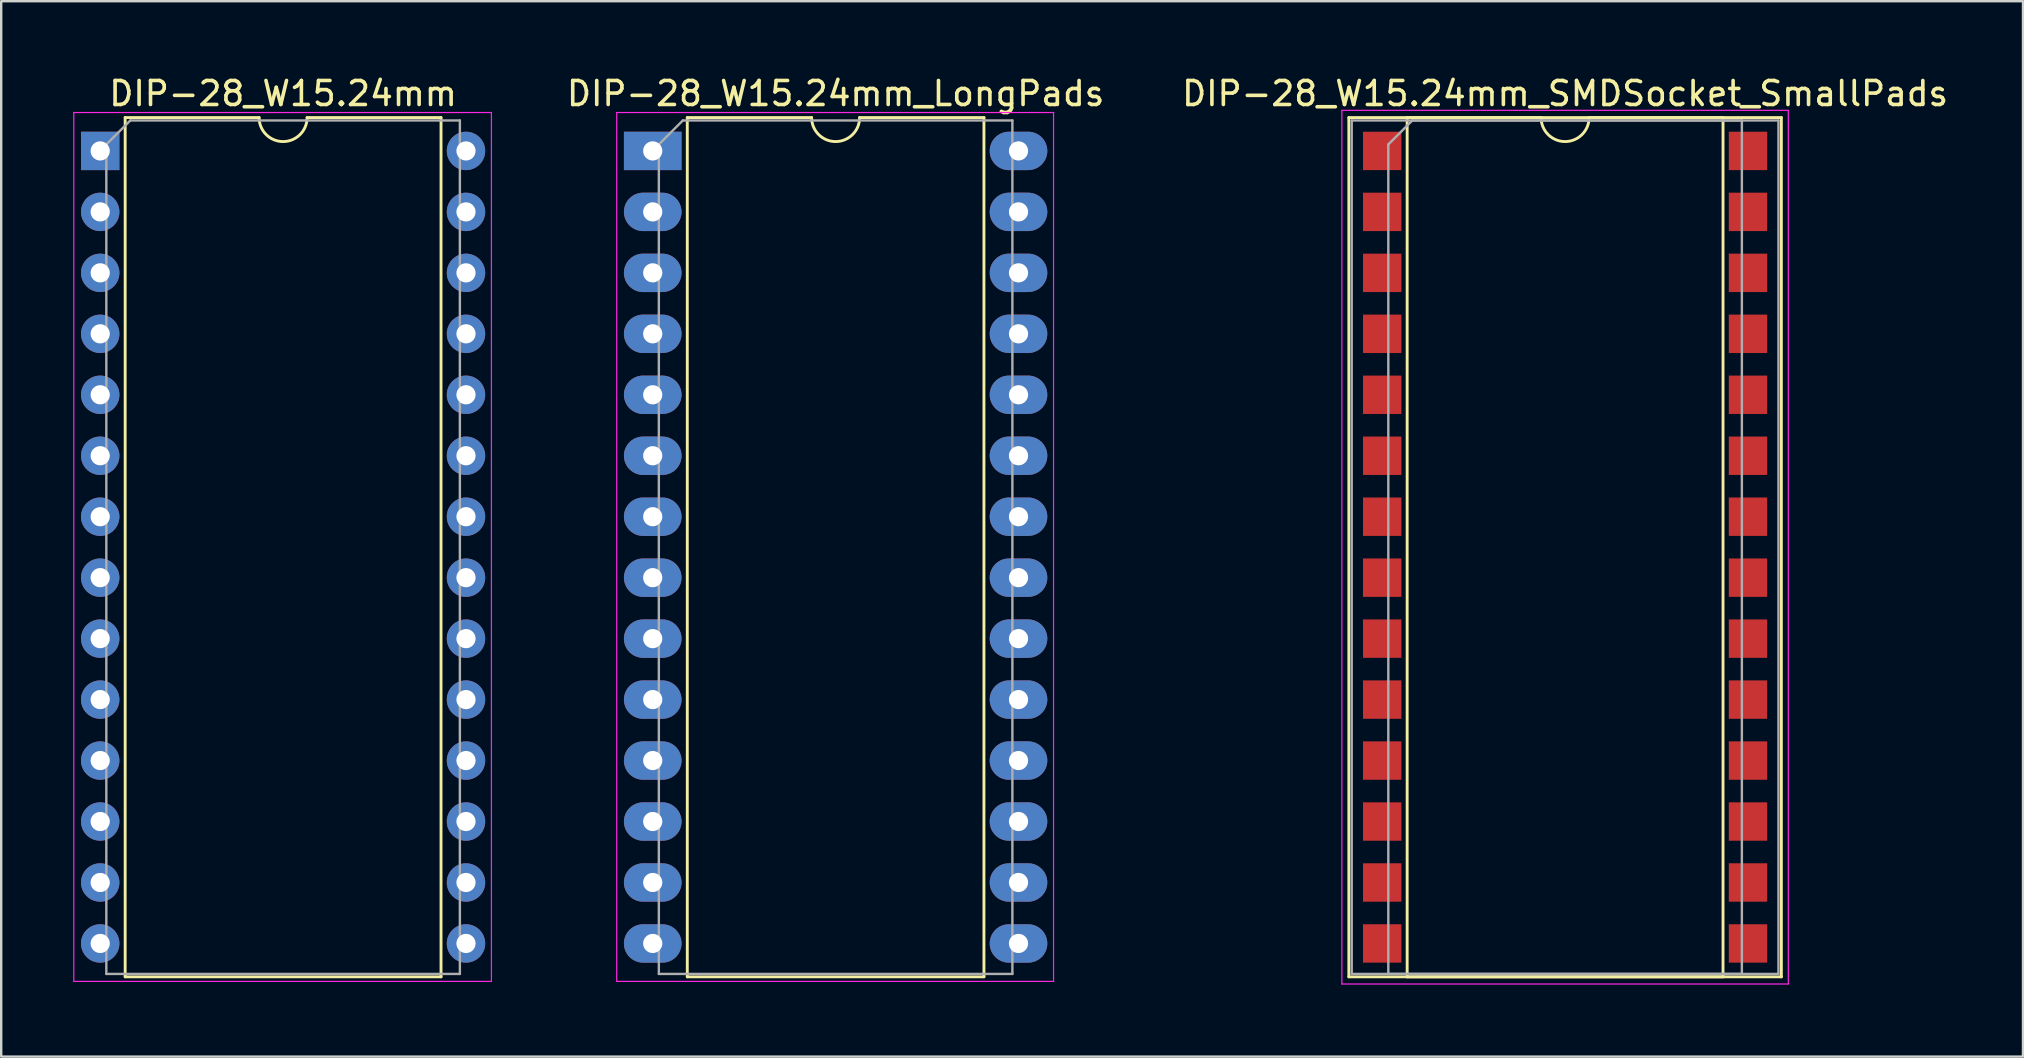
<source format=kicad_pcb>
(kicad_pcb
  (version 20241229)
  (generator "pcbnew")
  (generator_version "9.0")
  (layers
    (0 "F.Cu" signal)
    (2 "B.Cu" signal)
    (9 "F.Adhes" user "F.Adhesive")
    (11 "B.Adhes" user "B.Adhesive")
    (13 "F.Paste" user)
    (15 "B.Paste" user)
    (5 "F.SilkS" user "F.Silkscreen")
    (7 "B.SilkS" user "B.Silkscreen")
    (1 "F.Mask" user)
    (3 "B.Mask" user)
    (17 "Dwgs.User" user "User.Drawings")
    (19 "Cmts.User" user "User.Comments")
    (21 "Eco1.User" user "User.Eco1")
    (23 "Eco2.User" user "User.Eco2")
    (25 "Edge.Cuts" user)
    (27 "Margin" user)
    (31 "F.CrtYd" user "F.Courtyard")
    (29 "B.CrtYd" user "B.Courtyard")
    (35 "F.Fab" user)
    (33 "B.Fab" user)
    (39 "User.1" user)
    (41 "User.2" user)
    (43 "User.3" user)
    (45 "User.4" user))
  (footprint "DIP-28_W15.24mm_LongPads"
    (layer "F.Cu")
    (at 24.145 3.238)
    (property "Reference" "DIP-28_W15.24mm_LongPads" (at 7.62 -2.39 0) (layer "F.SilkS") (effects (font (size 1 1) (thickness 0.15))))
    (attr through_hole)
    (fp_line (start 1.44 -1.39) (end 1.44 34.41) (stroke (width 0.12) (type solid)) (layer "F.SilkS"))
    (fp_line (start 1.44 34.41) (end 13.8 34.41) (stroke (width 0.12) (type solid)) (layer "F.SilkS"))
    (fp_line (start 6.62 -1.39) (end 1.44 -1.39) (stroke (width 0.12) (type solid)) (layer "F.SilkS"))
    (fp_line (start 13.8 -1.39) (end 8.62 -1.39) (stroke (width 0.12) (type solid)) (layer "F.SilkS"))
    (fp_line (start 13.8 34.41) (end 13.8 -1.39) (stroke (width 0.12) (type solid)) (layer "F.SilkS"))
    (fp_arc (start 8.62 -1.39) (mid 7.62 -0.39) (end 6.62 -1.39) (stroke (width 0.12) (type solid)) (layer "F.SilkS"))
    (fp_line (start -1.5 -1.6) (end -1.5 34.6) (stroke (width 0.05) (type solid)) (layer "F.CrtYd"))
    (fp_line (start -1.5 34.6) (end 16.7 34.6) (stroke (width 0.05) (type solid)) (layer "F.CrtYd"))
    (fp_line (start 16.7 -1.6) (end -1.5 -1.6) (stroke (width 0.05) (type solid)) (layer "F.CrtYd"))
    (fp_line (start 16.7 34.6) (end 16.7 -1.6) (stroke (width 0.05) (type solid)) (layer "F.CrtYd"))
    (fp_line (start 0.255 -0.27) (end 1.255 -1.27) (stroke (width 0.1) (type solid)) (layer "F.Fab"))
    (fp_line (start 0.255 34.29) (end 0.255 -0.27) (stroke (width 0.1) (type solid)) (layer "F.Fab"))
    (fp_line (start 1.255 -1.27) (end 14.985 -1.27) (stroke (width 0.1) (type solid)) (layer "F.Fab"))
    (fp_line (start 14.985 -1.27) (end 14.985 34.29) (stroke (width 0.1) (type solid)) (layer "F.Fab"))
    (fp_line (start 14.985 34.29) (end 0.255 34.29) (stroke (width 0.1) (type solid)) (layer "F.Fab"))
    (pad "1" thru_hole rect (at 0 0) (size 2.4 1.6) (drill 0.8) (layers "*.Cu" "*.Mask"))
    (pad "2" thru_hole oval (at 0 2.54) (size 2.4 1.6) (drill 0.8) (layers "*.Cu" "*.Mask"))
    (pad "3" thru_hole oval (at 0 5.08) (size 2.4 1.6) (drill 0.8) (layers "*.Cu" "*.Mask"))
    (pad "4" thru_hole oval (at 0 7.62) (size 2.4 1.6) (drill 0.8) (layers "*.Cu" "*.Mask"))
    (pad "5" thru_hole oval (at 0 10.16) (size 2.4 1.6) (drill 0.8) (layers "*.Cu" "*.Mask"))
    (pad "6" thru_hole oval (at 0 12.7) (size 2.4 1.6) (drill 0.8) (layers "*.Cu" "*.Mask"))
    (pad "7" thru_hole oval (at 0 15.24) (size 2.4 1.6) (drill 0.8) (layers "*.Cu" "*.Mask"))
    (pad "8" thru_hole oval (at 0 17.78) (size 2.4 1.6) (drill 0.8) (layers "*.Cu" "*.Mask"))
    (pad "9" thru_hole oval (at 0 20.32) (size 2.4 1.6) (drill 0.8) (layers "*.Cu" "*.Mask"))
    (pad "10" thru_hole oval (at 0 22.86) (size 2.4 1.6) (drill 0.8) (layers "*.Cu" "*.Mask"))
    (pad "11" thru_hole oval (at 0 25.4) (size 2.4 1.6) (drill 0.8) (layers "*.Cu" "*.Mask"))
    (pad "12" thru_hole oval (at 0 27.94) (size 2.4 1.6) (drill 0.8) (layers "*.Cu" "*.Mask"))
    (pad "13" thru_hole oval (at 0 30.48) (size 2.4 1.6) (drill 0.8) (layers "*.Cu" "*.Mask"))
    (pad "14" thru_hole oval (at 0 33.02) (size 2.4 1.6) (drill 0.8) (layers "*.Cu" "*.Mask"))
    (pad "15" thru_hole oval (at 15.24 33.02) (size 2.4 1.6) (drill 0.8) (layers "*.Cu" "*.Mask"))
    (pad "16" thru_hole oval (at 15.24 30.48) (size 2.4 1.6) (drill 0.8) (layers "*.Cu" "*.Mask"))
    (pad "17" thru_hole oval (at 15.24 27.94) (size 2.4 1.6) (drill 0.8) (layers "*.Cu" "*.Mask"))
    (pad "18" thru_hole oval (at 15.24 25.4) (size 2.4 1.6) (drill 0.8) (layers "*.Cu" "*.Mask"))
    (pad "19" thru_hole oval (at 15.24 22.86) (size 2.4 1.6) (drill 0.8) (layers "*.Cu" "*.Mask"))
    (pad "20" thru_hole oval (at 15.24 20.32) (size 2.4 1.6) (drill 0.8) (layers "*.Cu" "*.Mask"))
    (pad "21" thru_hole oval (at 15.24 17.78) (size 2.4 1.6) (drill 0.8) (layers "*.Cu" "*.Mask"))
    (pad "22" thru_hole oval (at 15.24 15.24) (size 2.4 1.6) (drill 0.8) (layers "*.Cu" "*.Mask"))
    (pad "23" thru_hole oval (at 15.24 12.7) (size 2.4 1.6) (drill 0.8) (layers "*.Cu" "*.Mask"))
    (pad "24" thru_hole oval (at 15.24 10.16) (size 2.4 1.6) (drill 0.8) (layers "*.Cu" "*.Mask"))
    (pad "25" thru_hole oval (at 15.24 7.62) (size 2.4 1.6) (drill 0.8) (layers "*.Cu" "*.Mask"))
    (pad "26" thru_hole oval (at 15.24 5.08) (size 2.4 1.6) (drill 0.8) (layers "*.Cu" "*.Mask"))
    (pad "27" thru_hole oval (at 15.24 2.54) (size 2.4 1.6) (drill 0.8) (layers "*.Cu" "*.Mask"))
    (pad "28" thru_hole oval (at 15.24 0) (size 2.4 1.6) (drill 0.8) (layers "*.Cu" "*.Mask")))
  (footprint "DIP-28_W15.24mm"
    (layer "F.Cu")
    (at 1.125 3.238)
    (property "Reference" "DIP-28_W15.24mm" (at 7.62 -2.39 0) (layer "F.SilkS") (effects (font (size 1 1) (thickness 0.15))))
    (attr through_hole)
    (fp_line (start 1.04 -1.39) (end 1.04 34.41) (stroke (width 0.12) (type solid)) (layer "F.SilkS"))
    (fp_line (start 1.04 34.41) (end 14.2 34.41) (stroke (width 0.12) (type solid)) (layer "F.SilkS"))
    (fp_line (start 6.62 -1.39) (end 1.04 -1.39) (stroke (width 0.12) (type solid)) (layer "F.SilkS"))
    (fp_line (start 14.2 -1.39) (end 8.62 -1.39) (stroke (width 0.12) (type solid)) (layer "F.SilkS"))
    (fp_line (start 14.2 34.41) (end 14.2 -1.39) (stroke (width 0.12) (type solid)) (layer "F.SilkS"))
    (fp_arc (start 8.62 -1.39) (mid 7.62 -0.39) (end 6.62 -1.39) (stroke (width 0.12) (type solid)) (layer "F.SilkS"))
    (fp_line (start -1.1 -1.6) (end -1.1 34.6) (stroke (width 0.05) (type solid)) (layer "F.CrtYd"))
    (fp_line (start -1.1 34.6) (end 16.3 34.6) (stroke (width 0.05) (type solid)) (layer "F.CrtYd"))
    (fp_line (start 16.3 -1.6) (end -1.1 -1.6) (stroke (width 0.05) (type solid)) (layer "F.CrtYd"))
    (fp_line (start 16.3 34.6) (end 16.3 -1.6) (stroke (width 0.05) (type solid)) (layer "F.CrtYd"))
    (fp_line (start 0.255 -0.27) (end 1.255 -1.27) (stroke (width 0.1) (type solid)) (layer "F.Fab"))
    (fp_line (start 0.255 34.29) (end 0.255 -0.27) (stroke (width 0.1) (type solid)) (layer "F.Fab"))
    (fp_line (start 1.255 -1.27) (end 14.985 -1.27) (stroke (width 0.1) (type solid)) (layer "F.Fab"))
    (fp_line (start 14.985 -1.27) (end 14.985 34.29) (stroke (width 0.1) (type solid)) (layer "F.Fab"))
    (fp_line (start 14.985 34.29) (end 0.255 34.29) (stroke (width 0.1) (type solid)) (layer "F.Fab"))
    (pad "1" thru_hole rect (at 0 0) (size 1.6 1.6) (drill 0.8) (layers "*.Cu" "*.Mask"))
    (pad "2" thru_hole oval (at 0 2.54) (size 1.6 1.6) (drill 0.8) (layers "*.Cu" "*.Mask"))
    (pad "3" thru_hole oval (at 0 5.08) (size 1.6 1.6) (drill 0.8) (layers "*.Cu" "*.Mask"))
    (pad "4" thru_hole oval (at 0 7.62) (size 1.6 1.6) (drill 0.8) (layers "*.Cu" "*.Mask"))
    (pad "5" thru_hole oval (at 0 10.16) (size 1.6 1.6) (drill 0.8) (layers "*.Cu" "*.Mask"))
    (pad "6" thru_hole oval (at 0 12.7) (size 1.6 1.6) (drill 0.8) (layers "*.Cu" "*.Mask"))
    (pad "7" thru_hole oval (at 0 15.24) (size 1.6 1.6) (drill 0.8) (layers "*.Cu" "*.Mask"))
    (pad "8" thru_hole oval (at 0 17.78) (size 1.6 1.6) (drill 0.8) (layers "*.Cu" "*.Mask"))
    (pad "9" thru_hole oval (at 0 20.32) (size 1.6 1.6) (drill 0.8) (layers "*.Cu" "*.Mask"))
    (pad "10" thru_hole oval (at 0 22.86) (size 1.6 1.6) (drill 0.8) (layers "*.Cu" "*.Mask"))
    (pad "11" thru_hole oval (at 0 25.4) (size 1.6 1.6) (drill 0.8) (layers "*.Cu" "*.Mask"))
    (pad "12" thru_hole oval (at 0 27.94) (size 1.6 1.6) (drill 0.8) (layers "*.Cu" "*.Mask"))
    (pad "13" thru_hole oval (at 0 30.48) (size 1.6 1.6) (drill 0.8) (layers "*.Cu" "*.Mask"))
    (pad "14" thru_hole oval (at 0 33.02) (size 1.6 1.6) (drill 0.8) (layers "*.Cu" "*.Mask"))
    (pad "15" thru_hole oval (at 15.24 33.02) (size 1.6 1.6) (drill 0.8) (layers "*.Cu" "*.Mask"))
    (pad "16" thru_hole oval (at 15.24 30.48) (size 1.6 1.6) (drill 0.8) (layers "*.Cu" "*.Mask"))
    (pad "17" thru_hole oval (at 15.24 27.94) (size 1.6 1.6) (drill 0.8) (layers "*.Cu" "*.Mask"))
    (pad "18" thru_hole oval (at 15.24 25.4) (size 1.6 1.6) (drill 0.8) (layers "*.Cu" "*.Mask"))
    (pad "19" thru_hole oval (at 15.24 22.86) (size 1.6 1.6) (drill 0.8) (layers "*.Cu" "*.Mask"))
    (pad "20" thru_hole oval (at 15.24 20.32) (size 1.6 1.6) (drill 0.8) (layers "*.Cu" "*.Mask"))
    (pad "21" thru_hole oval (at 15.24 17.78) (size 1.6 1.6) (drill 0.8) (layers "*.Cu" "*.Mask"))
    (pad "22" thru_hole oval (at 15.24 15.24) (size 1.6 1.6) (drill 0.8) (layers "*.Cu" "*.Mask"))
    (pad "23" thru_hole oval (at 15.24 12.7) (size 1.6 1.6) (drill 0.8) (layers "*.Cu" "*.Mask"))
    (pad "24" thru_hole oval (at 15.24 10.16) (size 1.6 1.6) (drill 0.8) (layers "*.Cu" "*.Mask"))
    (pad "25" thru_hole oval (at 15.24 7.62) (size 1.6 1.6) (drill 0.8) (layers "*.Cu" "*.Mask"))
    (pad "26" thru_hole oval (at 15.24 5.08) (size 1.6 1.6) (drill 0.8) (layers "*.Cu" "*.Mask"))
    (pad "27" thru_hole oval (at 15.24 2.54) (size 1.6 1.6) (drill 0.8) (layers "*.Cu" "*.Mask"))
    (pad "28" thru_hole oval (at 15.24 0) (size 1.6 1.6) (drill 0.8) (layers "*.Cu" "*.Mask")))
  (footprint "DIP-28_W15.24mm_SMDSocket_SmallPads"
    (layer "F.Cu")
    (at 62.158 19.748)
    (property "Reference" "DIP-28_W15.24mm_SMDSocket_SmallPads" (at 0 -18.9 0) (layer "F.SilkS") (effects (font (size 1 1) (thickness 0.15))))
    (attr smd)
    (fp_line (start -9.01 -17.9) (end -9.01 17.9) (stroke (width 0.12) (type solid)) (layer "F.SilkS"))
    (fp_line (start -9.01 17.9) (end 9.01 17.9) (stroke (width 0.12) (type solid)) (layer "F.SilkS"))
    (fp_line (start -6.58 -17.9) (end -6.58 17.9) (stroke (width 0.12) (type solid)) (layer "F.SilkS"))
    (fp_line (start -6.58 17.9) (end 6.58 17.9) (stroke (width 0.12) (type solid)) (layer "F.SilkS"))
    (fp_line (start -1 -17.9) (end -6.58 -17.9) (stroke (width 0.12) (type solid)) (layer "F.SilkS"))
    (fp_line (start 6.58 -17.9) (end 1 -17.9) (stroke (width 0.12) (type solid)) (layer "F.SilkS"))
    (fp_line (start 6.58 17.9) (end 6.58 -17.9) (stroke (width 0.12) (type solid)) (layer "F.SilkS"))
    (fp_line (start 9.01 -17.9) (end -9.01 -17.9) (stroke (width 0.12) (type solid)) (layer "F.SilkS"))
    (fp_line (start 9.01 17.9) (end 9.01 -17.9) (stroke (width 0.12) (type solid)) (layer "F.SilkS"))
    (fp_arc (start 1 -17.9) (mid 0 -16.9) (end -1 -17.9) (stroke (width 0.12) (type solid)) (layer "F.SilkS"))
    (fp_line (start -9.3 -18.2) (end -9.3 18.2) (stroke (width 0.05) (type solid)) (layer "F.CrtYd"))
    (fp_line (start -9.3 18.2) (end 9.3 18.2) (stroke (width 0.05) (type solid)) (layer "F.CrtYd"))
    (fp_line (start 9.3 -18.2) (end -9.3 -18.2) (stroke (width 0.05) (type solid)) (layer "F.CrtYd"))
    (fp_line (start 9.3 18.2) (end 9.3 -18.2) (stroke (width 0.05) (type solid)) (layer "F.CrtYd"))
    (fp_line (start -8.89 -17.78) (end -8.89 17.78) (stroke (width 0.1) (type solid)) (layer "F.Fab"))
    (fp_line (start -8.89 17.78) (end 8.89 17.78) (stroke (width 0.1) (type solid)) (layer "F.Fab"))
    (fp_line (start -7.365 -16.78) (end -6.365 -17.78) (stroke (width 0.1) (type solid)) (layer "F.Fab"))
    (fp_line (start -7.365 17.78) (end -7.365 -16.78) (stroke (width 0.1) (type solid)) (layer "F.Fab"))
    (fp_line (start -6.365 -17.78) (end 7.365 -17.78) (stroke (width 0.1) (type solid)) (layer "F.Fab"))
    (fp_line (start 7.365 -17.78) (end 7.365 17.78) (stroke (width 0.1) (type solid)) (layer "F.Fab"))
    (fp_line (start 7.365 17.78) (end -7.365 17.78) (stroke (width 0.1) (type solid)) (layer "F.Fab"))
    (fp_line (start 8.89 -17.78) (end -8.89 -17.78) (stroke (width 0.1) (type solid)) (layer "F.Fab"))
    (fp_line (start 8.89 17.78) (end 8.89 -17.78) (stroke (width 0.1) (type solid)) (layer "F.Fab"))
    (pad "1" smd rect (at -7.62 -16.51) (size 1.6 1.6) (layers "F.Cu" "F.Mask"))
    (pad "2" smd rect (at -7.62 -13.97) (size 1.6 1.6) (layers "F.Cu" "F.Mask"))
    (pad "3" smd rect (at -7.62 -11.43) (size 1.6 1.6) (layers "F.Cu" "F.Mask"))
    (pad "4" smd rect (at -7.62 -8.89) (size 1.6 1.6) (layers "F.Cu" "F.Mask"))
    (pad "5" smd rect (at -7.62 -6.35) (size 1.6 1.6) (layers "F.Cu" "F.Mask"))
    (pad "6" smd rect (at -7.62 -3.81) (size 1.6 1.6) (layers "F.Cu" "F.Mask"))
    (pad "7" smd rect (at -7.62 -1.27) (size 1.6 1.6) (layers "F.Cu" "F.Mask"))
    (pad "8" smd rect (at -7.62 1.27) (size 1.6 1.6) (layers "F.Cu" "F.Mask"))
    (pad "9" smd rect (at -7.62 3.81) (size 1.6 1.6) (layers "F.Cu" "F.Mask"))
    (pad "10" smd rect (at -7.62 6.35) (size 1.6 1.6) (layers "F.Cu" "F.Mask"))
    (pad "11" smd rect (at -7.62 8.89) (size 1.6 1.6) (layers "F.Cu" "F.Mask"))
    (pad "12" smd rect (at -7.62 11.43) (size 1.6 1.6) (layers "F.Cu" "F.Mask"))
    (pad "13" smd rect (at -7.62 13.97) (size 1.6 1.6) (layers "F.Cu" "F.Mask"))
    (pad "14" smd rect (at -7.62 16.51) (size 1.6 1.6) (layers "F.Cu" "F.Mask"))
    (pad "15" smd rect (at 7.62 16.51) (size 1.6 1.6) (layers "F.Cu" "F.Mask"))
    (pad "16" smd rect (at 7.62 13.97) (size 1.6 1.6) (layers "F.Cu" "F.Mask"))
    (pad "17" smd rect (at 7.62 11.43) (size 1.6 1.6) (layers "F.Cu" "F.Mask"))
    (pad "18" smd rect (at 7.62 8.89) (size 1.6 1.6) (layers "F.Cu" "F.Mask"))
    (pad "19" smd rect (at 7.62 6.35) (size 1.6 1.6) (layers "F.Cu" "F.Mask"))
    (pad "20" smd rect (at 7.62 3.81) (size 1.6 1.6) (layers "F.Cu" "F.Mask"))
    (pad "21" smd rect (at 7.62 1.27) (size 1.6 1.6) (layers "F.Cu" "F.Mask"))
    (pad "22" smd rect (at 7.62 -1.27) (size 1.6 1.6) (layers "F.Cu" "F.Mask"))
    (pad "23" smd rect (at 7.62 -3.81) (size 1.6 1.6) (layers "F.Cu" "F.Mask"))
    (pad "24" smd rect (at 7.62 -6.35) (size 1.6 1.6) (layers "F.Cu" "F.Mask"))
    (pad "25" smd rect (at 7.62 -8.89) (size 1.6 1.6) (layers "F.Cu" "F.Mask"))
    (pad "26" smd rect (at 7.62 -11.43) (size 1.6 1.6) (layers "F.Cu" "F.Mask"))
    (pad "27" smd rect (at 7.62 -13.97) (size 1.6 1.6) (layers "F.Cu" "F.Mask"))
    (pad "28" smd rect (at 7.62 -16.51) (size 1.6 1.6) (layers "F.Cu" "F.Mask")))
  (gr_rect
    (start -3 -3)
    (end 81.236 40.973)
    (stroke (width 0.1) (type default))
    (fill no)
    (layer "Edge.Cuts")))
</source>
